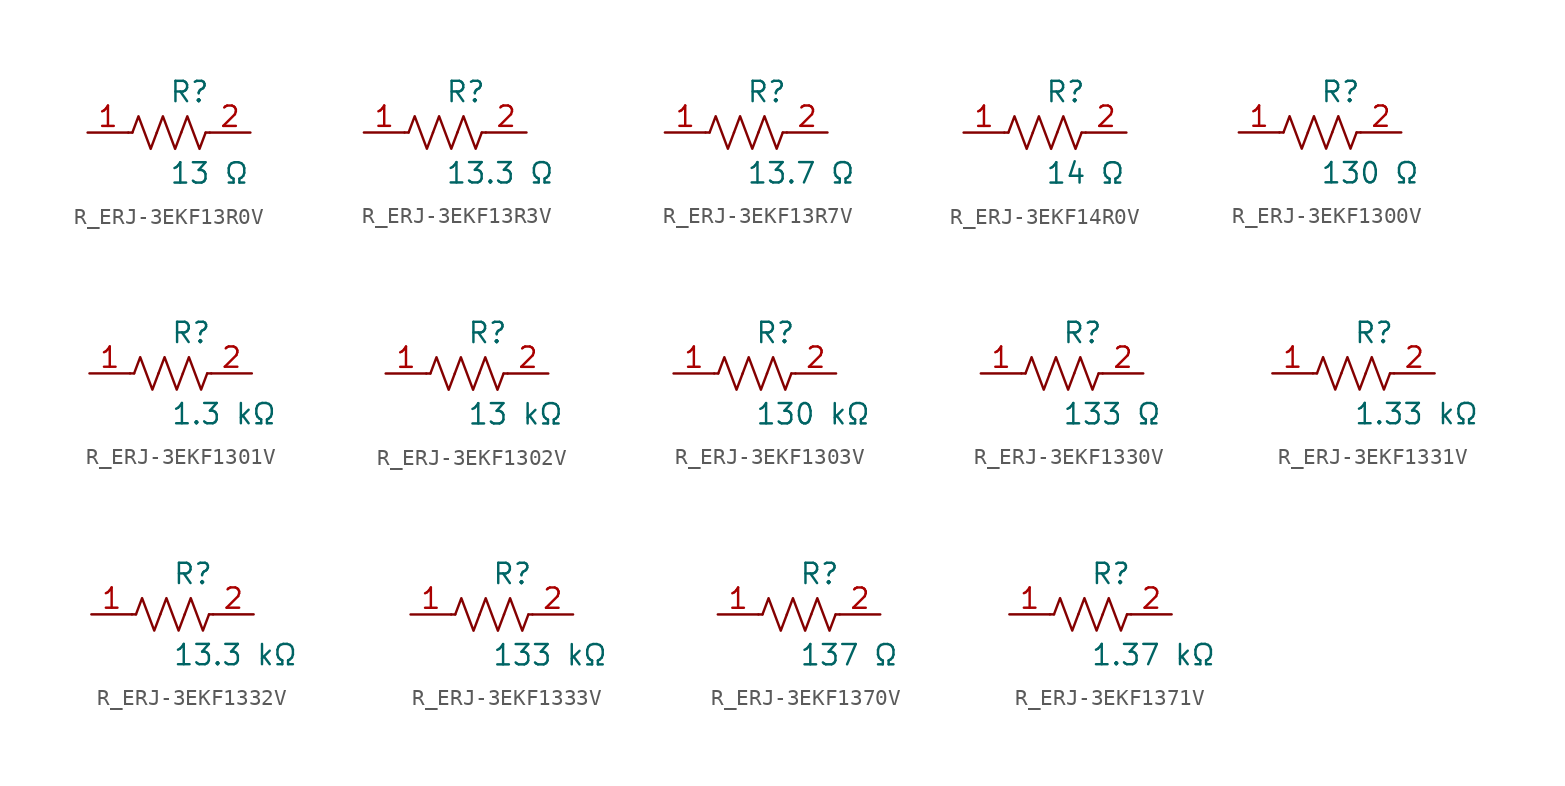
<source format=kicad_sym>
(kicad_symbol_lib
  (version 20231120)
  (generator "kicad_symbol_editor")
  (generator_version "8.0")
  (symbol "R_ERJ-3EKF13R0V"
    (pin_names
      (offset 0.254))
    (property "Reference" "R"
      (at 0 2.54 0)
      (effects (font (size 1.27 1.27)) (justify left)))
    (property "Value" "13 Ω"
      (at 0 -2.54 0)
      (effects (font (size 1.27 1.27)) (justify left)))
    (symbol "R_ERJ-3EKF13R0V_0_1"
      (polyline (pts (xy 2.286 0) (xy 2.54 0)) (stroke (width 0) (type default)) (fill (type none)))
      (polyline (pts (xy -2.286 0) (xy -2.54 0)) (stroke (width 0) (type default)) (fill (type none)))
      (polyline (pts (xy 0.762 0) (xy 1.143 1.016) (xy 1.524 0) (xy 1.905 -1.016) (xy 2.286 0)) (stroke (width 0) (type default)) (fill (type none)))
      (polyline (pts (xy -0.762 0) (xy -0.381 1.016) (xy 0 0) (xy 0.381 -1.016) (xy 0.762 0)) (stroke (width 0) (type default)) (fill (type none)))
      (polyline (pts (xy -2.286 0) (xy -1.905 1.016) (xy -1.524 0) (xy -1.143 -1.016) (xy -0.762 0)) (stroke (width 0) (type default)) (fill (type none))))
    (pin unspecified line
      (at -5.08 0 0)
      (length 2.54)
      (name "" (effects (font (size 1.27 1.27))))
      (number "1" (effects (font (size 1.27 1.27)))))
    (pin unspecified line
      (at 5.08 0 180)
      (length 2.54)
      (name "" (effects (font (size 1.27 1.27))))
      (number "2" (effects (font (size 1.27 1.27))))))
  (symbol "R_ERJ-3EKF13R3V"
    (pin_names
      (offset 0.254))
    (property "Reference" "R"
      (at 0 2.54 0)
      (effects (font (size 1.27 1.27)) (justify left)))
    (property "Value" "13.3 Ω"
      (at 0 -2.54 0)
      (effects (font (size 1.27 1.27)) (justify left)))
    (symbol "R_ERJ-3EKF13R3V_0_1"
      (polyline (pts (xy 2.286 0) (xy 2.54 0)) (stroke (width 0) (type default)) (fill (type none)))
      (polyline (pts (xy -2.286 0) (xy -2.54 0)) (stroke (width 0) (type default)) (fill (type none)))
      (polyline (pts (xy 0.762 0) (xy 1.143 1.016) (xy 1.524 0) (xy 1.905 -1.016) (xy 2.286 0)) (stroke (width 0) (type default)) (fill (type none)))
      (polyline (pts (xy -0.762 0) (xy -0.381 1.016) (xy 0 0) (xy 0.381 -1.016) (xy 0.762 0)) (stroke (width 0) (type default)) (fill (type none)))
      (polyline (pts (xy -2.286 0) (xy -1.905 1.016) (xy -1.524 0) (xy -1.143 -1.016) (xy -0.762 0)) (stroke (width 0) (type default)) (fill (type none))))
    (pin unspecified line
      (at -5.08 0 0)
      (length 2.54)
      (name "" (effects (font (size 1.27 1.27))))
      (number "1" (effects (font (size 1.27 1.27)))))
    (pin unspecified line
      (at 5.08 0 180)
      (length 2.54)
      (name "" (effects (font (size 1.27 1.27))))
      (number "2" (effects (font (size 1.27 1.27))))))
  (symbol "R_ERJ-3EKF13R7V"
    (pin_names
      (offset 0.254))
    (property "Reference" "R"
      (at 0 2.54 0)
      (effects (font (size 1.27 1.27)) (justify left)))
    (property "Value" "13.7 Ω"
      (at 0 -2.54 0)
      (effects (font (size 1.27 1.27)) (justify left)))
    (symbol "R_ERJ-3EKF13R7V_0_1"
      (polyline (pts (xy 2.286 0) (xy 2.54 0)) (stroke (width 0) (type default)) (fill (type none)))
      (polyline (pts (xy -2.286 0) (xy -2.54 0)) (stroke (width 0) (type default)) (fill (type none)))
      (polyline (pts (xy 0.762 0) (xy 1.143 1.016) (xy 1.524 0) (xy 1.905 -1.016) (xy 2.286 0)) (stroke (width 0) (type default)) (fill (type none)))
      (polyline (pts (xy -0.762 0) (xy -0.381 1.016) (xy 0 0) (xy 0.381 -1.016) (xy 0.762 0)) (stroke (width 0) (type default)) (fill (type none)))
      (polyline (pts (xy -2.286 0) (xy -1.905 1.016) (xy -1.524 0) (xy -1.143 -1.016) (xy -0.762 0)) (stroke (width 0) (type default)) (fill (type none))))
    (pin unspecified line
      (at -5.08 0 0)
      (length 2.54)
      (name "" (effects (font (size 1.27 1.27))))
      (number "1" (effects (font (size 1.27 1.27)))))
    (pin unspecified line
      (at 5.08 0 180)
      (length 2.54)
      (name "" (effects (font (size 1.27 1.27))))
      (number "2" (effects (font (size 1.27 1.27))))))
  (symbol "R_ERJ-3EKF14R0V"
    (pin_names
      (offset 0.254))
    (property "Reference" "R"
      (at 0 2.54 0)
      (effects (font (size 1.27 1.27)) (justify left)))
    (property "Value" "14 Ω"
      (at 0 -2.54 0)
      (effects (font (size 1.27 1.27)) (justify left)))
    (symbol "R_ERJ-3EKF14R0V_0_1"
      (polyline (pts (xy 2.286 0) (xy 2.54 0)) (stroke (width 0) (type default)) (fill (type none)))
      (polyline (pts (xy -2.286 0) (xy -2.54 0)) (stroke (width 0) (type default)) (fill (type none)))
      (polyline (pts (xy 0.762 0) (xy 1.143 1.016) (xy 1.524 0) (xy 1.905 -1.016) (xy 2.286 0)) (stroke (width 0) (type default)) (fill (type none)))
      (polyline (pts (xy -0.762 0) (xy -0.381 1.016) (xy 0 0) (xy 0.381 -1.016) (xy 0.762 0)) (stroke (width 0) (type default)) (fill (type none)))
      (polyline (pts (xy -2.286 0) (xy -1.905 1.016) (xy -1.524 0) (xy -1.143 -1.016) (xy -0.762 0)) (stroke (width 0) (type default)) (fill (type none))))
    (pin unspecified line
      (at -5.08 0 0)
      (length 2.54)
      (name "" (effects (font (size 1.27 1.27))))
      (number "1" (effects (font (size 1.27 1.27)))))
    (pin unspecified line
      (at 5.08 0 180)
      (length 2.54)
      (name "" (effects (font (size 1.27 1.27))))
      (number "2" (effects (font (size 1.27 1.27))))))
  (symbol "R_ERJ-3EKF1300V"
    (pin_names
      (offset 0.254))
    (property "Reference" "R"
      (at 0 2.54 0)
      (effects (font (size 1.27 1.27)) (justify left)))
    (property "Value" "130 Ω"
      (at 0 -2.54 0)
      (effects (font (size 1.27 1.27)) (justify left)))
    (symbol "R_ERJ-3EKF1300V_0_1"
      (polyline (pts (xy 2.286 0) (xy 2.54 0)) (stroke (width 0) (type default)) (fill (type none)))
      (polyline (pts (xy -2.286 0) (xy -2.54 0)) (stroke (width 0) (type default)) (fill (type none)))
      (polyline (pts (xy 0.762 0) (xy 1.143 1.016) (xy 1.524 0) (xy 1.905 -1.016) (xy 2.286 0)) (stroke (width 0) (type default)) (fill (type none)))
      (polyline (pts (xy -0.762 0) (xy -0.381 1.016) (xy 0 0) (xy 0.381 -1.016) (xy 0.762 0)) (stroke (width 0) (type default)) (fill (type none)))
      (polyline (pts (xy -2.286 0) (xy -1.905 1.016) (xy -1.524 0) (xy -1.143 -1.016) (xy -0.762 0)) (stroke (width 0) (type default)) (fill (type none))))
    (pin unspecified line
      (at -5.08 0 0)
      (length 2.54)
      (name "" (effects (font (size 1.27 1.27))))
      (number "1" (effects (font (size 1.27 1.27)))))
    (pin unspecified line
      (at 5.08 0 180)
      (length 2.54)
      (name "" (effects (font (size 1.27 1.27))))
      (number "2" (effects (font (size 1.27 1.27))))))
  (symbol "R_ERJ-3EKF1301V"
    (pin_names
      (offset 0.254))
    (property "Reference" "R"
      (at 0 2.54 0)
      (effects (font (size 1.27 1.27)) (justify left)))
    (property "Value" "1.3 kΩ"
      (at 0 -2.54 0)
      (effects (font (size 1.27 1.27)) (justify left)))
    (symbol "R_ERJ-3EKF1301V_0_1"
      (polyline (pts (xy 2.286 0) (xy 2.54 0)) (stroke (width 0) (type default)) (fill (type none)))
      (polyline (pts (xy -2.286 0) (xy -2.54 0)) (stroke (width 0) (type default)) (fill (type none)))
      (polyline (pts (xy 0.762 0) (xy 1.143 1.016) (xy 1.524 0) (xy 1.905 -1.016) (xy 2.286 0)) (stroke (width 0) (type default)) (fill (type none)))
      (polyline (pts (xy -0.762 0) (xy -0.381 1.016) (xy 0 0) (xy 0.381 -1.016) (xy 0.762 0)) (stroke (width 0) (type default)) (fill (type none)))
      (polyline (pts (xy -2.286 0) (xy -1.905 1.016) (xy -1.524 0) (xy -1.143 -1.016) (xy -0.762 0)) (stroke (width 0) (type default)) (fill (type none))))
    (pin unspecified line
      (at -5.08 0 0)
      (length 2.54)
      (name "" (effects (font (size 1.27 1.27))))
      (number "1" (effects (font (size 1.27 1.27)))))
    (pin unspecified line
      (at 5.08 0 180)
      (length 2.54)
      (name "" (effects (font (size 1.27 1.27))))
      (number "2" (effects (font (size 1.27 1.27))))))
  (symbol "R_ERJ-3EKF1302V"
    (pin_names
      (offset 0.254))
    (property "Reference" "R"
      (at 0 2.54 0)
      (effects (font (size 1.27 1.27)) (justify left)))
    (property "Value" "13 kΩ"
      (at 0 -2.54 0)
      (effects (font (size 1.27 1.27)) (justify left)))
    (symbol "R_ERJ-3EKF1302V_0_1"
      (polyline (pts (xy 2.286 0) (xy 2.54 0)) (stroke (width 0) (type default)) (fill (type none)))
      (polyline (pts (xy -2.286 0) (xy -2.54 0)) (stroke (width 0) (type default)) (fill (type none)))
      (polyline (pts (xy 0.762 0) (xy 1.143 1.016) (xy 1.524 0) (xy 1.905 -1.016) (xy 2.286 0)) (stroke (width 0) (type default)) (fill (type none)))
      (polyline (pts (xy -0.762 0) (xy -0.381 1.016) (xy 0 0) (xy 0.381 -1.016) (xy 0.762 0)) (stroke (width 0) (type default)) (fill (type none)))
      (polyline (pts (xy -2.286 0) (xy -1.905 1.016) (xy -1.524 0) (xy -1.143 -1.016) (xy -0.762 0)) (stroke (width 0) (type default)) (fill (type none))))
    (pin unspecified line
      (at -5.08 0 0)
      (length 2.54)
      (name "" (effects (font (size 1.27 1.27))))
      (number "1" (effects (font (size 1.27 1.27)))))
    (pin unspecified line
      (at 5.08 0 180)
      (length 2.54)
      (name "" (effects (font (size 1.27 1.27))))
      (number "2" (effects (font (size 1.27 1.27))))))
  (symbol "R_ERJ-3EKF1303V"
    (pin_names
      (offset 0.254))
    (property "Reference" "R"
      (at 0 2.54 0)
      (effects (font (size 1.27 1.27)) (justify left)))
    (property "Value" "130 kΩ"
      (at 0 -2.54 0)
      (effects (font (size 1.27 1.27)) (justify left)))
    (symbol "R_ERJ-3EKF1303V_0_1"
      (polyline (pts (xy 2.286 0) (xy 2.54 0)) (stroke (width 0) (type default)) (fill (type none)))
      (polyline (pts (xy -2.286 0) (xy -2.54 0)) (stroke (width 0) (type default)) (fill (type none)))
      (polyline (pts (xy 0.762 0) (xy 1.143 1.016) (xy 1.524 0) (xy 1.905 -1.016) (xy 2.286 0)) (stroke (width 0) (type default)) (fill (type none)))
      (polyline (pts (xy -0.762 0) (xy -0.381 1.016) (xy 0 0) (xy 0.381 -1.016) (xy 0.762 0)) (stroke (width 0) (type default)) (fill (type none)))
      (polyline (pts (xy -2.286 0) (xy -1.905 1.016) (xy -1.524 0) (xy -1.143 -1.016) (xy -0.762 0)) (stroke (width 0) (type default)) (fill (type none))))
    (pin unspecified line
      (at -5.08 0 0)
      (length 2.54)
      (name "" (effects (font (size 1.27 1.27))))
      (number "1" (effects (font (size 1.27 1.27)))))
    (pin unspecified line
      (at 5.08 0 180)
      (length 2.54)
      (name "" (effects (font (size 1.27 1.27))))
      (number "2" (effects (font (size 1.27 1.27))))))
  (symbol "R_ERJ-3EKF1330V"
    (pin_names
      (offset 0.254))
    (property "Reference" "R"
      (at 0 2.54 0)
      (effects (font (size 1.27 1.27)) (justify left)))
    (property "Value" "133 Ω"
      (at 0 -2.54 0)
      (effects (font (size 1.27 1.27)) (justify left)))
    (symbol "R_ERJ-3EKF1330V_0_1"
      (polyline (pts (xy 2.286 0) (xy 2.54 0)) (stroke (width 0) (type default)) (fill (type none)))
      (polyline (pts (xy -2.286 0) (xy -2.54 0)) (stroke (width 0) (type default)) (fill (type none)))
      (polyline (pts (xy 0.762 0) (xy 1.143 1.016) (xy 1.524 0) (xy 1.905 -1.016) (xy 2.286 0)) (stroke (width 0) (type default)) (fill (type none)))
      (polyline (pts (xy -0.762 0) (xy -0.381 1.016) (xy 0 0) (xy 0.381 -1.016) (xy 0.762 0)) (stroke (width 0) (type default)) (fill (type none)))
      (polyline (pts (xy -2.286 0) (xy -1.905 1.016) (xy -1.524 0) (xy -1.143 -1.016) (xy -0.762 0)) (stroke (width 0) (type default)) (fill (type none))))
    (pin unspecified line
      (at -5.08 0 0)
      (length 2.54)
      (name "" (effects (font (size 1.27 1.27))))
      (number "1" (effects (font (size 1.27 1.27)))))
    (pin unspecified line
      (at 5.08 0 180)
      (length 2.54)
      (name "" (effects (font (size 1.27 1.27))))
      (number "2" (effects (font (size 1.27 1.27))))))
  (symbol "R_ERJ-3EKF1331V"
    (pin_names
      (offset 0.254))
    (property "Reference" "R"
      (at 0 2.54 0)
      (effects (font (size 1.27 1.27)) (justify left)))
    (property "Value" "1.33 kΩ"
      (at 0 -2.54 0)
      (effects (font (size 1.27 1.27)) (justify left)))
    (symbol "R_ERJ-3EKF1331V_0_1"
      (polyline (pts (xy 2.286 0) (xy 2.54 0)) (stroke (width 0) (type default)) (fill (type none)))
      (polyline (pts (xy -2.286 0) (xy -2.54 0)) (stroke (width 0) (type default)) (fill (type none)))
      (polyline (pts (xy 0.762 0) (xy 1.143 1.016) (xy 1.524 0) (xy 1.905 -1.016) (xy 2.286 0)) (stroke (width 0) (type default)) (fill (type none)))
      (polyline (pts (xy -0.762 0) (xy -0.381 1.016) (xy 0 0) (xy 0.381 -1.016) (xy 0.762 0)) (stroke (width 0) (type default)) (fill (type none)))
      (polyline (pts (xy -2.286 0) (xy -1.905 1.016) (xy -1.524 0) (xy -1.143 -1.016) (xy -0.762 0)) (stroke (width 0) (type default)) (fill (type none))))
    (pin unspecified line
      (at -5.08 0 0)
      (length 2.54)
      (name "" (effects (font (size 1.27 1.27))))
      (number "1" (effects (font (size 1.27 1.27)))))
    (pin unspecified line
      (at 5.08 0 180)
      (length 2.54)
      (name "" (effects (font (size 1.27 1.27))))
      (number "2" (effects (font (size 1.27 1.27))))))
  (symbol "R_ERJ-3EKF1332V"
    (pin_names
      (offset 0.254))
    (property "Reference" "R"
      (at 0 2.54 0)
      (effects (font (size 1.27 1.27)) (justify left)))
    (property "Value" "13.3 kΩ"
      (at 0 -2.54 0)
      (effects (font (size 1.27 1.27)) (justify left)))
    (symbol "R_ERJ-3EKF1332V_0_1"
      (polyline (pts (xy 2.286 0) (xy 2.54 0)) (stroke (width 0) (type default)) (fill (type none)))
      (polyline (pts (xy -2.286 0) (xy -2.54 0)) (stroke (width 0) (type default)) (fill (type none)))
      (polyline (pts (xy 0.762 0) (xy 1.143 1.016) (xy 1.524 0) (xy 1.905 -1.016) (xy 2.286 0)) (stroke (width 0) (type default)) (fill (type none)))
      (polyline (pts (xy -0.762 0) (xy -0.381 1.016) (xy 0 0) (xy 0.381 -1.016) (xy 0.762 0)) (stroke (width 0) (type default)) (fill (type none)))
      (polyline (pts (xy -2.286 0) (xy -1.905 1.016) (xy -1.524 0) (xy -1.143 -1.016) (xy -0.762 0)) (stroke (width 0) (type default)) (fill (type none))))
    (pin unspecified line
      (at -5.08 0 0)
      (length 2.54)
      (name "" (effects (font (size 1.27 1.27))))
      (number "1" (effects (font (size 1.27 1.27)))))
    (pin unspecified line
      (at 5.08 0 180)
      (length 2.54)
      (name "" (effects (font (size 1.27 1.27))))
      (number "2" (effects (font (size 1.27 1.27))))))
  (symbol "R_ERJ-3EKF1333V"
    (pin_names
      (offset 0.254))
    (property "Reference" "R"
      (at 0 2.54 0)
      (effects (font (size 1.27 1.27)) (justify left)))
    (property "Value" "133 kΩ"
      (at 0 -2.54 0)
      (effects (font (size 1.27 1.27)) (justify left)))
    (symbol "R_ERJ-3EKF1333V_0_1"
      (polyline (pts (xy 2.286 0) (xy 2.54 0)) (stroke (width 0) (type default)) (fill (type none)))
      (polyline (pts (xy -2.286 0) (xy -2.54 0)) (stroke (width 0) (type default)) (fill (type none)))
      (polyline (pts (xy 0.762 0) (xy 1.143 1.016) (xy 1.524 0) (xy 1.905 -1.016) (xy 2.286 0)) (stroke (width 0) (type default)) (fill (type none)))
      (polyline (pts (xy -0.762 0) (xy -0.381 1.016) (xy 0 0) (xy 0.381 -1.016) (xy 0.762 0)) (stroke (width 0) (type default)) (fill (type none)))
      (polyline (pts (xy -2.286 0) (xy -1.905 1.016) (xy -1.524 0) (xy -1.143 -1.016) (xy -0.762 0)) (stroke (width 0) (type default)) (fill (type none))))
    (pin unspecified line
      (at -5.08 0 0)
      (length 2.54)
      (name "" (effects (font (size 1.27 1.27))))
      (number "1" (effects (font (size 1.27 1.27)))))
    (pin unspecified line
      (at 5.08 0 180)
      (length 2.54)
      (name "" (effects (font (size 1.27 1.27))))
      (number "2" (effects (font (size 1.27 1.27))))))
  (symbol "R_ERJ-3EKF1370V"
    (pin_names
      (offset 0.254))
    (property "Reference" "R"
      (at 0 2.54 0)
      (effects (font (size 1.27 1.27)) (justify left)))
    (property "Value" "137 Ω"
      (at 0 -2.54 0)
      (effects (font (size 1.27 1.27)) (justify left)))
    (symbol "R_ERJ-3EKF1370V_0_1"
      (polyline (pts (xy 2.286 0) (xy 2.54 0)) (stroke (width 0) (type default)) (fill (type none)))
      (polyline (pts (xy -2.286 0) (xy -2.54 0)) (stroke (width 0) (type default)) (fill (type none)))
      (polyline (pts (xy 0.762 0) (xy 1.143 1.016) (xy 1.524 0) (xy 1.905 -1.016) (xy 2.286 0)) (stroke (width 0) (type default)) (fill (type none)))
      (polyline (pts (xy -0.762 0) (xy -0.381 1.016) (xy 0 0) (xy 0.381 -1.016) (xy 0.762 0)) (stroke (width 0) (type default)) (fill (type none)))
      (polyline (pts (xy -2.286 0) (xy -1.905 1.016) (xy -1.524 0) (xy -1.143 -1.016) (xy -0.762 0)) (stroke (width 0) (type default)) (fill (type none))))
    (pin unspecified line
      (at -5.08 0 0)
      (length 2.54)
      (name "" (effects (font (size 1.27 1.27))))
      (number "1" (effects (font (size 1.27 1.27)))))
    (pin unspecified line
      (at 5.08 0 180)
      (length 2.54)
      (name "" (effects (font (size 1.27 1.27))))
      (number "2" (effects (font (size 1.27 1.27))))))
  (symbol "R_ERJ-3EKF1371V"
    (pin_names
      (offset 0.254))
    (property "Reference" "R"
      (at 0 2.54 0)
      (effects (font (size 1.27 1.27)) (justify left)))
    (property "Value" "1.37 kΩ"
      (at 0 -2.54 0)
      (effects (font (size 1.27 1.27)) (justify left)))
    (symbol "R_ERJ-3EKF1371V_0_1"
      (polyline (pts (xy 2.286 0) (xy 2.54 0)) (stroke (width 0) (type default)) (fill (type none)))
      (polyline (pts (xy -2.286 0) (xy -2.54 0)) (stroke (width 0) (type default)) (fill (type none)))
      (polyline (pts (xy 0.762 0) (xy 1.143 1.016) (xy 1.524 0) (xy 1.905 -1.016) (xy 2.286 0)) (stroke (width 0) (type default)) (fill (type none)))
      (polyline (pts (xy -0.762 0) (xy -0.381 1.016) (xy 0 0) (xy 0.381 -1.016) (xy 0.762 0)) (stroke (width 0) (type default)) (fill (type none)))
      (polyline (pts (xy -2.286 0) (xy -1.905 1.016) (xy -1.524 0) (xy -1.143 -1.016) (xy -0.762 0)) (stroke (width 0) (type default)) (fill (type none))))
    (pin unspecified line
      (at -5.08 0 0)
      (length 2.54)
      (name "" (effects (font (size 1.27 1.27))))
      (number "1" (effects (font (size 1.27 1.27)))))
    (pin unspecified line
      (at 5.08 0 180)
      (length 2.54)
      (name "" (effects (font (size 1.27 1.27))))
      (number "2" (effects (font (size 1.27 1.27)))))))
</source>
